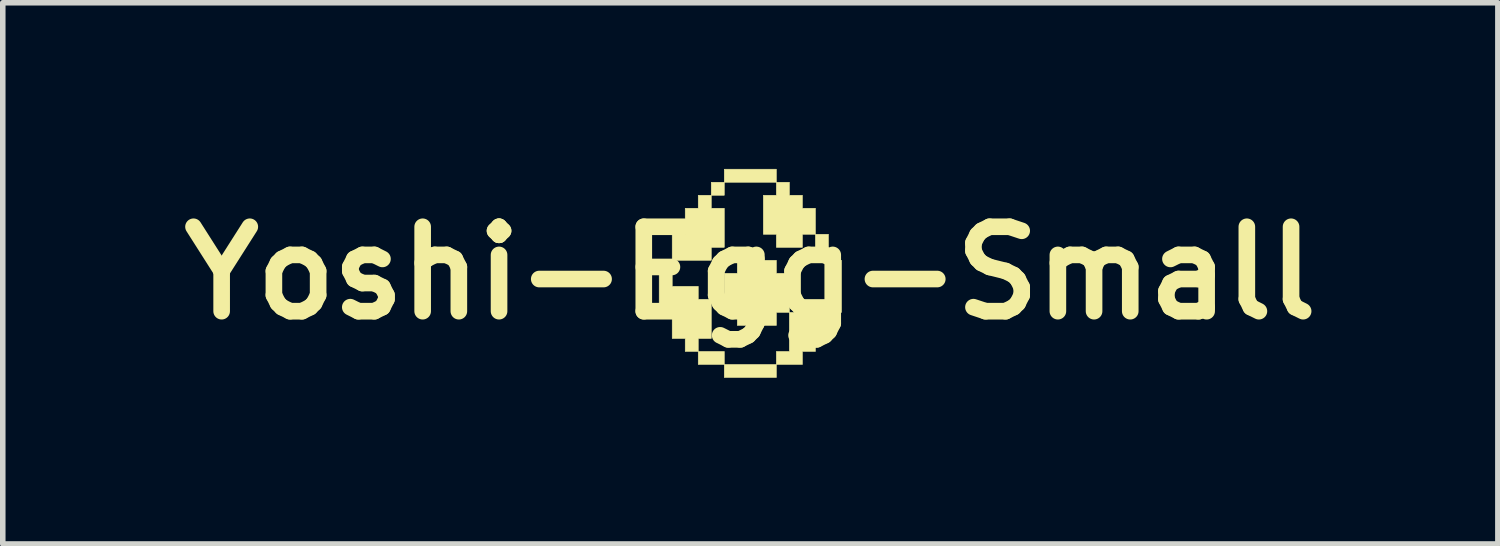
<source format=kicad_pcb>
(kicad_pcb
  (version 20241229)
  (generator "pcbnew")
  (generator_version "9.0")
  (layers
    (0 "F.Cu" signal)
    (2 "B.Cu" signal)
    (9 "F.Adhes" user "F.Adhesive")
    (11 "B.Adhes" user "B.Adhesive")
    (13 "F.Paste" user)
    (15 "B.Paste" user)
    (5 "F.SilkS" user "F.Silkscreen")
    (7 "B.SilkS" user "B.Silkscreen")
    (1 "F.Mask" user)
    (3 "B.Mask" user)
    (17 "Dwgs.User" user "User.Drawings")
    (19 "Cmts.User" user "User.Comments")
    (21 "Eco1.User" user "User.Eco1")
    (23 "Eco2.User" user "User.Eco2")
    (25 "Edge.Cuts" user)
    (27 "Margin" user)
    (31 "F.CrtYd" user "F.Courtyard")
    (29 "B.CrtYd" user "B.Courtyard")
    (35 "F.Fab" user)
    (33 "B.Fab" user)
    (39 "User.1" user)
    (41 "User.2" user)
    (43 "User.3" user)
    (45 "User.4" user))
  (footprint "Yoshi-Egg-Small"
    (layer "F.Cu")
    (at 10.494 1.878)
    (property "Reference" "Yoshi-Egg-Small" (at 0 0 0) (layer "F.SilkS") (effects (font (size 1.524 1.524) (thickness 0.3))))
    (attr through_hole)
    (fp_poly (pts (xy -0.47 -1.403) (xy -0.705 -1.403) (xy -0.705 -1.638) (xy -0.47 -1.638) (xy -0.47 -1.403)) (stroke (width 0.01) (type solid)) (fill yes) (layer "F.SilkS"))
    (fp_poly (pts (xy -0.47 1.651) (xy -0.94 1.651) (xy -0.94 1.416) (xy -0.47 1.416) (xy -0.47 1.651)) (stroke (width 0.01) (type solid)) (fill yes) (layer "F.SilkS"))
    (fp_poly (pts (xy 0.47 -1.638) (xy -0.47 -1.638) (xy -0.47 -1.873) (xy 0.47 -1.873) (xy 0.47 -1.638)) (stroke (width 0.01) (type solid)) (fill yes) (layer "F.SilkS"))
    (fp_poly (pts (xy 0.47 1.886) (xy -0.47 1.886) (xy -0.47 1.651) (xy 0.47 1.651) (xy 0.47 1.886)) (stroke (width 0.01) (type solid)) (fill yes) (layer "F.SilkS"))
    (fp_poly (pts (xy 1.41 -0.229) (xy 1.175 -0.229) (xy 1.175 -0.699) (xy 1.41 -0.699) (xy 1.41 -0.229)) (stroke (width 0.01) (type solid)) (fill yes) (layer "F.SilkS"))
    (fp_poly (pts (xy -0.705 -1.168) (xy -0.47 -1.168) (xy -0.47 -0.464) (xy -0.705 -0.464) (xy -0.705 -0.229) (xy -1.41 -0.229) (xy -1.41 -0.699) (xy -1.175 -0.699) (xy -1.175 -1.168) (xy -0.94 -1.168) (xy -0.94 -1.403) (xy -0.705 -1.403) (xy -0.705 -1.168)) (stroke (width 0.01) (type solid)) (fill yes) (layer "F.SilkS"))
    (fp_poly (pts (xy 0.47 0.006) (xy 0.705 0.006) (xy 0.705 0.711) (xy 0.47 0.711) (xy 0.47 0.946) (xy -0.235 0.946) (xy -0.235 0.711) (xy -0.47 0.711) (xy -0.47 0.006) (xy -0.235 0.006) (xy -0.235 -0.229) (xy 0.47 -0.229) (xy 0.47 0.006)) (stroke (width 0.01) (type solid)) (fill yes) (layer "F.SilkS"))
    (fp_poly (pts (xy -1.41 0.241) (xy -0.94 0.241) (xy -0.94 0.476) (xy -0.705 0.476) (xy -0.705 1.181) (xy -0.94 1.181) (xy -0.94 1.416) (xy -1.175 1.416) (xy -1.175 1.181) (xy -1.41 1.181) (xy -1.41 0.711) (xy -1.645 0.711) (xy -1.645 -0.229) (xy -1.41 -0.229) (xy -1.41 0.241)) (stroke (width 0.01) (type solid)) (fill yes) (layer "F.SilkS"))
    (fp_poly (pts (xy 0.705 -1.403) (xy 0.94 -1.403) (xy 0.94 -1.168) (xy 1.175 -1.168) (xy 1.175 -0.699) (xy 0.94 -0.699) (xy 0.94 -0.464) (xy 0.47 -0.464) (xy 0.47 -0.699) (xy 0.235 -0.699) (xy 0.235 -1.403) (xy 0.47 -1.403) (xy 0.47 -1.638) (xy 0.705 -1.638) (xy 0.705 -1.403)) (stroke (width 0.01) (type solid)) (fill yes) (layer "F.SilkS"))
    (fp_poly (pts (xy 1.645 0.711) (xy 1.41 0.711) (xy 1.41 1.181) (xy 1.175 1.181) (xy 1.175 1.416) (xy 0.94 1.416) (xy 0.94 1.651) (xy 0.47 1.651) (xy 0.47 1.416) (xy 0.705 1.416) (xy 0.705 0.711) (xy 0.94 0.711) (xy 0.94 0.476) (xy 1.41 0.476) (xy 1.41 -0.229) (xy 1.645 -0.229) (xy 1.645 0.711)) (stroke (width 0.01) (type solid)) (fill yes) (layer "F.SilkS")))
  (gr_rect
    (start -3 -3)
    (end 23.988 6.769)
    (stroke (width 0.1) (type default))
    (fill no)
    (layer "Edge.Cuts")))
</source>
